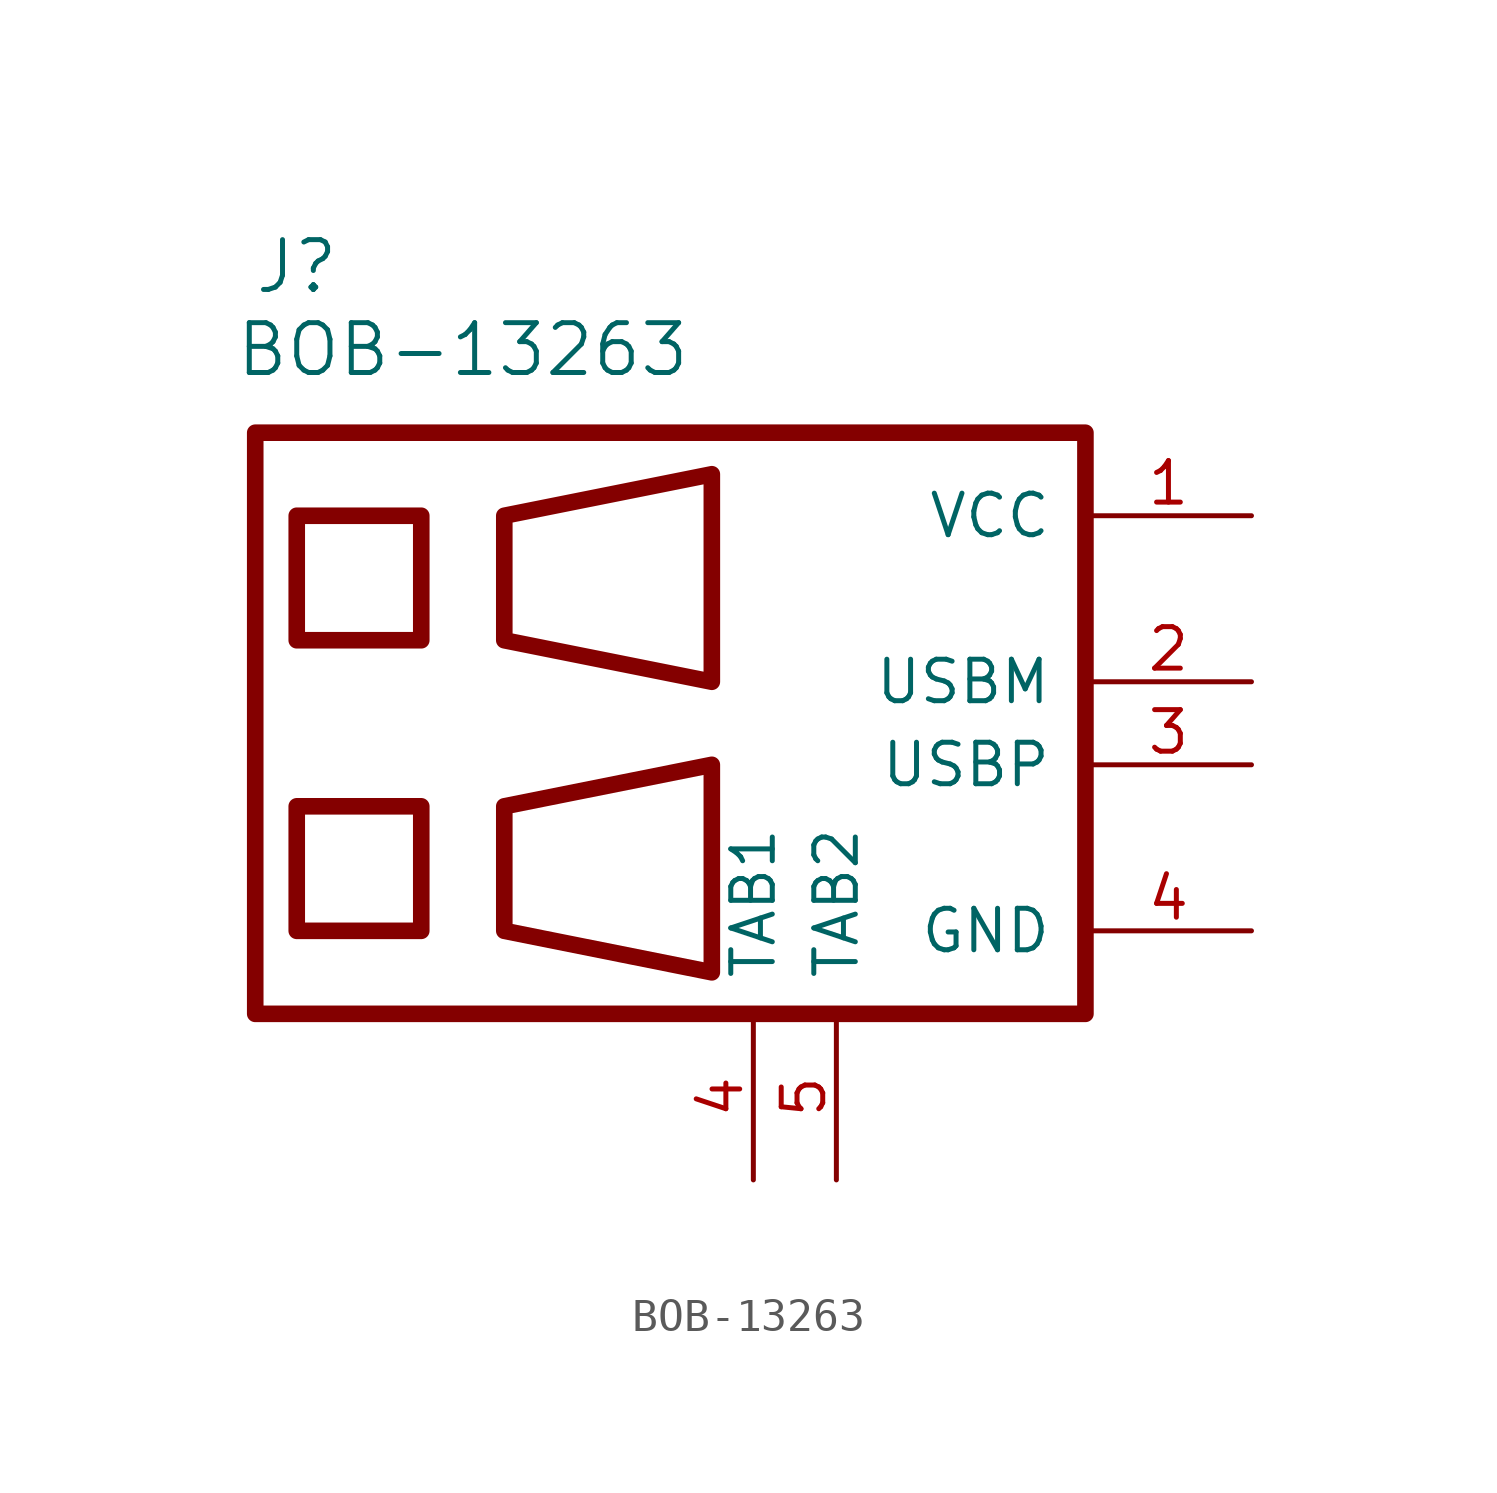
<source format=kicad_sym>
(kicad_symbol_lib
  (version 20211014)
  (generator kicad_symbol_editor)
  (symbol "BOB-13263"
    (pin_names
      (offset 1.016))
    (property "Reference" "J"
      (at -11.43 13.97 0)
      (effects (font (size 1.524 1.524))))
    (property "Value" "BOB-13263"
      (at -6.35 11.43 0)
      (effects (font (size 1.524 1.524))))
    (symbol "BOB-13263_0_1"
      (polyline (pts (xy -7.62 -2.54) (xy -7.62 -6.35) (xy -11.43 -6.35) (xy -11.43 -2.54) (xy -7.62 -2.54)) (stroke (width 0.508) (type default)) (fill (type none)))
      (polyline (pts (xy -7.62 6.35) (xy -7.62 2.54) (xy -11.43 2.54) (xy -11.43 6.35) (xy -7.62 6.35)) (stroke (width 0.508) (type default)) (fill (type none)))
      (polyline (pts (xy 1.27 -1.27) (xy 1.27 -7.62) (xy -5.08 -6.35) (xy -5.08 -2.54) (xy 1.27 -1.27)) (stroke (width 0.508) (type default)) (fill (type none)))
      (polyline (pts (xy 1.27 7.62) (xy 1.27 1.27) (xy -5.08 2.54) (xy -5.08 6.35) (xy 1.27 7.62)) (stroke (width 0.508) (type default)) (fill (type none)))
      (rectangle (start 12.7 -8.89) (end -12.7 8.89) (stroke (width 0.508) (type default)) (fill (type none))))
    (symbol "BOB-13263_1_1"
      (pin power_out line (at 17.78 6.35 180) (length 5.08) (name "VCC" (effects (font (size 1.27 1.27)))) (number "1" (effects (font (size 1.27 1.27)))))
      (pin bidirectional line (at 17.78 1.27 180) (length 5.08) (name "USBM" (effects (font (size 1.27 1.27)))) (number "2" (effects (font (size 1.27 1.27)))))
      (pin bidirectional line (at 17.78 -1.27 180) (length 5.08) (name "USBP" (effects (font (size 1.27 1.27)))) (number "3" (effects (font (size 1.27 1.27)))))
      (pin power_in line (at 17.78 -6.35 180) (length 5.08) (name "GND" (effects (font (size 1.27 1.27)))) (number "4" (effects (font (size 1.27 1.27)))))
      (pin passive line (at 2.54 -13.97 90) (length 5.08) (name "TAB1" (effects (font (size 1.27 1.27)))) (number "4" (effects (font (size 1.27 1.27)))))
      (pin passive line (at 5.08 -13.97 90) (length 5.08) (name "TAB2" (effects (font (size 1.27 1.27)))) (number "5" (effects (font (size 1.27 1.27))))))))
</source>
